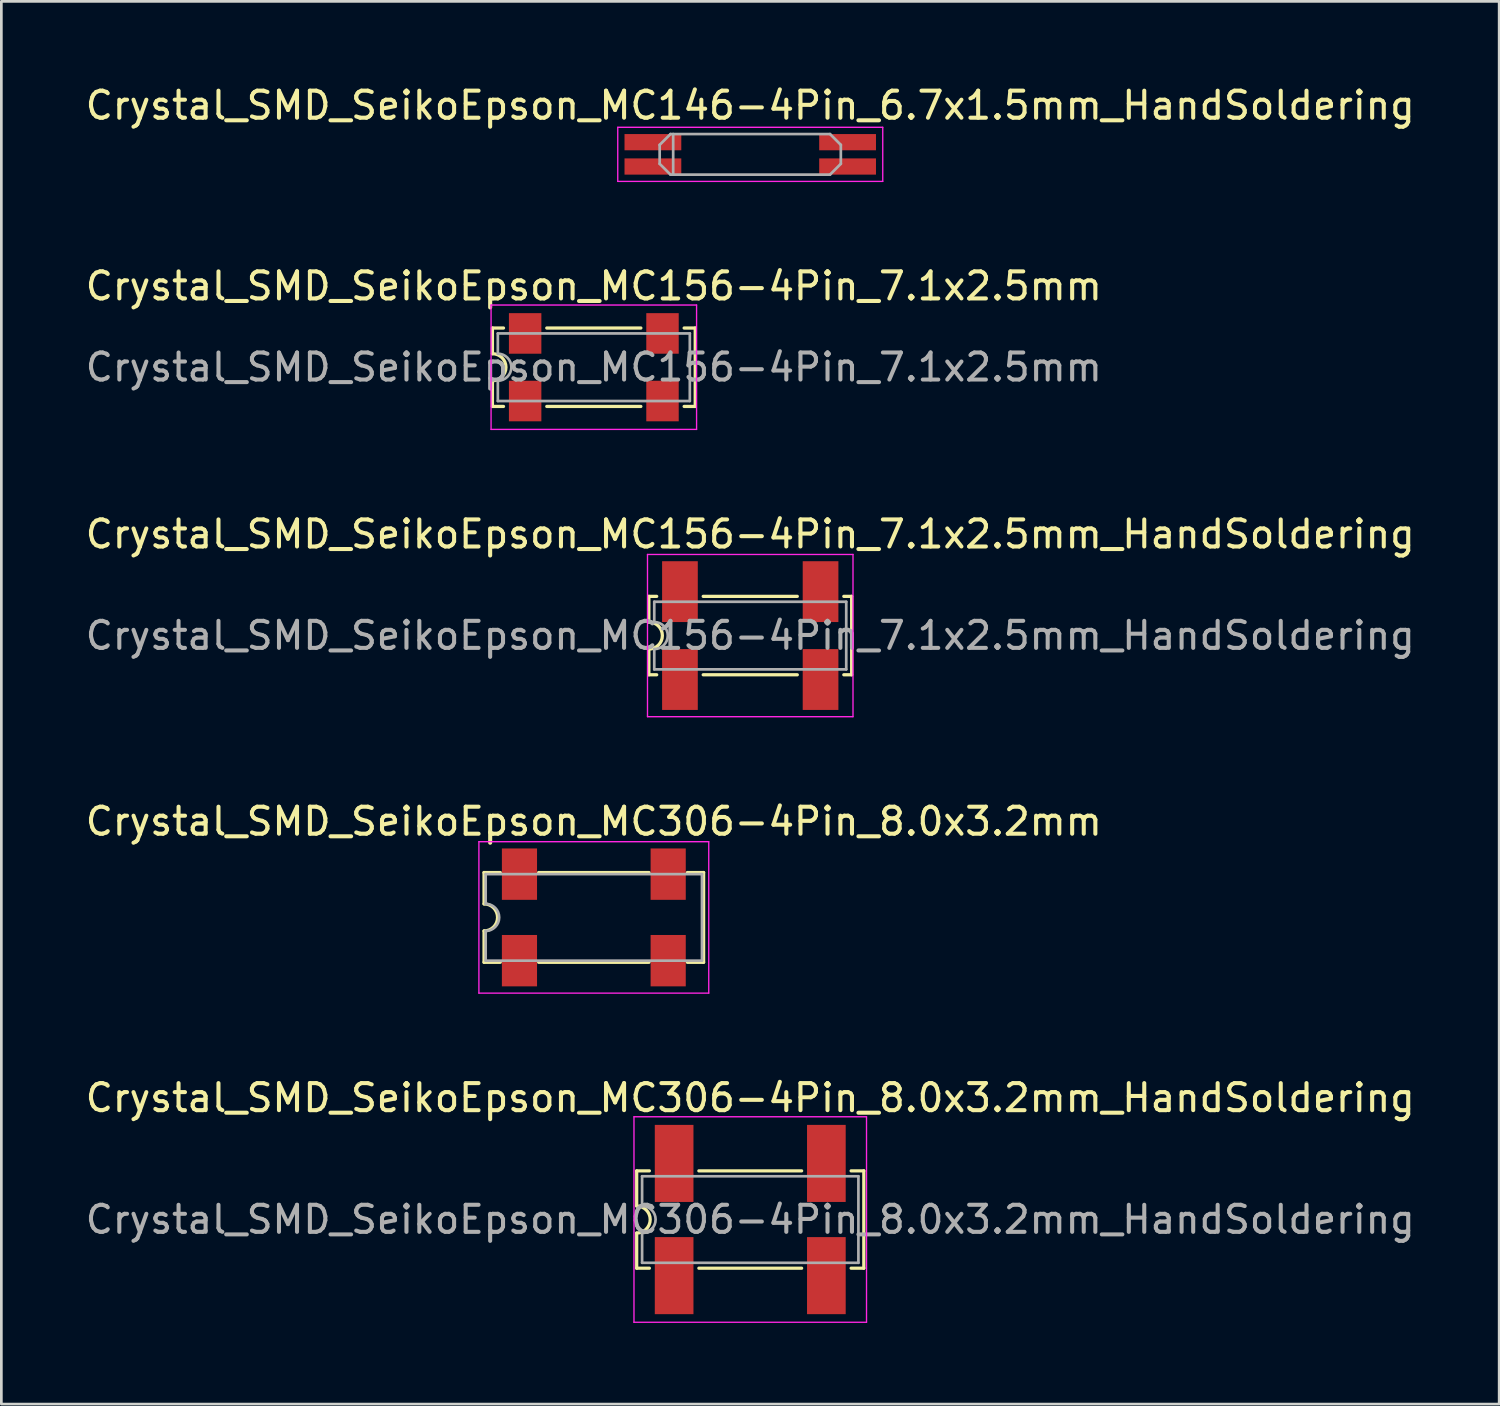
<source format=kicad_pcb>
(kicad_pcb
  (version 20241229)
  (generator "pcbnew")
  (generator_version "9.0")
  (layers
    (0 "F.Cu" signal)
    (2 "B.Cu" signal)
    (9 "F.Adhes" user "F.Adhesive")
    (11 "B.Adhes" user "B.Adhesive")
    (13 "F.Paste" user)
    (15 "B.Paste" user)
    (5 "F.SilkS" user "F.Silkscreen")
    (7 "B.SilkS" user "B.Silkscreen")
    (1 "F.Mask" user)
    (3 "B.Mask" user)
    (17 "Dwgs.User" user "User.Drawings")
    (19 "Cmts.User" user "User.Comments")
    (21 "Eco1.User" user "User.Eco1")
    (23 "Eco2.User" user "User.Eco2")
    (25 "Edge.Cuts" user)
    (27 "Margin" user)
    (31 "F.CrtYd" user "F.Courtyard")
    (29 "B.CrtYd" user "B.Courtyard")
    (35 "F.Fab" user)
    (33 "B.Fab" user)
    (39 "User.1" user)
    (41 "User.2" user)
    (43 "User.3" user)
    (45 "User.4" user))
  (footprint "Crystal_SMD_SeikoEpson_MC306-4Pin_8.0x3.2mm_HandSoldering"
    (layer "F.Cu")
    (at 24.696 42.051)
    (property "Reference" "Crystal_SMD_SeikoEpson_MC306-4Pin_8.0x3.2mm_HandSoldering" (at 0 -4.5 0) (layer "F.SilkS") (effects (font (size 1 1) (thickness 0.15))))
    (attr smd)
    (fp_line (start -4.2 -1.8) (end -3.73 -1.8) (stroke (width 0.12) (type solid)) (layer "F.SilkS"))
    (fp_line (start -4.2 -0.5) (end -4.2 -1.8) (stroke (width 0.12) (type solid)) (layer "F.SilkS"))
    (fp_line (start -4.2 1.8) (end -4.2 0.5) (stroke (width 0.12) (type solid)) (layer "F.SilkS"))
    (fp_line (start -4.2 1.8) (end -3.73 1.8) (stroke (width 0.12) (type solid)) (layer "F.SilkS"))
    (fp_line (start -1.9 -1.8) (end 1.9 -1.8) (stroke (width 0.12) (type solid)) (layer "F.SilkS"))
    (fp_line (start 1.9 1.8) (end -1.9 1.8) (stroke (width 0.12) (type solid)) (layer "F.SilkS"))
    (fp_line (start 3.73 -1.8) (end 4.2 -1.8) (stroke (width 0.12) (type solid)) (layer "F.SilkS"))
    (fp_line (start 4.2 -1.8) (end 4.2 1.8) (stroke (width 0.12) (type solid)) (layer "F.SilkS"))
    (fp_line (start 4.2 1.8) (end 3.73 1.8) (stroke (width 0.12) (type solid)) (layer "F.SilkS"))
    (fp_arc (start -4.2 -0.5) (mid -3.7 0) (end -4.2 0.5) (stroke (width 0.12) (type solid)) (layer "F.SilkS"))
    (fp_line (start -4.3 -3.8) (end -4.3 3.8) (stroke (width 0.05) (type solid)) (layer "F.CrtYd"))
    (fp_line (start -4.3 3.8) (end 4.3 3.8) (stroke (width 0.05) (type solid)) (layer "F.CrtYd"))
    (fp_line (start 4.3 -3.8) (end -4.3 -3.8) (stroke (width 0.05) (type solid)) (layer "F.CrtYd"))
    (fp_line (start 4.3 3.8) (end 4.3 -3.8) (stroke (width 0.05) (type solid)) (layer "F.CrtYd"))
    (fp_line (start -4 -1.6) (end 4 -1.6) (stroke (width 0.1) (type solid)) (layer "F.Fab"))
    (fp_line (start -4 -0.5) (end -4 -1.6) (stroke (width 0.1) (type solid)) (layer "F.Fab"))
    (fp_line (start -4 1.6) (end -4 0.5) (stroke (width 0.1) (type solid)) (layer "F.Fab"))
    (fp_line (start 4 -1.6) (end 4 1.6) (stroke (width 0.1) (type solid)) (layer "F.Fab"))
    (fp_line (start 4 1.6) (end -4 1.6) (stroke (width 0.1) (type solid)) (layer "F.Fab"))
    (fp_arc (start -4 -0.5) (mid -3.5 0) (end -4 0.5) (stroke (width 0.1) (type solid)) (layer "F.Fab"))
    (fp_text user "${REFERENCE}" (at 0 0 0) (layer "F.Fab") (effects (font (size 1 1) (thickness 0.15))))
    (pad "1" smd rect (at -2.815 2.075) (size 1.43 2.85) (layers "F.Cu" "F.Mask" "F.Paste"))
    (pad "2" smd rect (at 2.815 2.075) (size 1.43 2.85) (layers "F.Cu" "F.Mask" "F.Paste"))
    (pad "3" smd rect (at 2.815 -2.075) (size 1.43 2.85) (layers "F.Cu" "F.Mask" "F.Paste"))
    (pad "4" smd rect (at -2.815 -2.075) (size 1.43 2.85) (layers "F.Cu" "F.Mask" "F.Paste")))
  (footprint "Crystal_SMD_SeikoEpson_MC156-4Pin_7.1x2.5mm"
    (layer "F.Cu")
    (at 18.911 10.531)
    (property "Reference" "Crystal_SMD_SeikoEpson_MC156-4Pin_7.1x2.5mm" (at 0 -3 0) (layer "F.SilkS") (effects (font (size 1 1) (thickness 0.15))))
    (attr smd)
    (fp_line (start -3.75 -1.45) (end -3.34 -1.45) (stroke (width 0.12) (type solid)) (layer "F.SilkS"))
    (fp_line (start -3.75 -0.5) (end -3.75 -1.45) (stroke (width 0.12) (type solid)) (layer "F.SilkS"))
    (fp_line (start -3.75 1.45) (end -3.75 0.5) (stroke (width 0.12) (type solid)) (layer "F.SilkS"))
    (fp_line (start -3.75 1.45) (end -3.34 1.45) (stroke (width 0.12) (type solid)) (layer "F.SilkS"))
    (fp_line (start -1.74 -1.45) (end 1.74 -1.45) (stroke (width 0.12) (type solid)) (layer "F.SilkS"))
    (fp_line (start 1.74 1.45) (end -1.74 1.45) (stroke (width 0.12) (type solid)) (layer "F.SilkS"))
    (fp_line (start 3.34 -1.45) (end 3.75 -1.45) (stroke (width 0.12) (type solid)) (layer "F.SilkS"))
    (fp_line (start 3.75 -1.45) (end 3.75 1.45) (stroke (width 0.12) (type solid)) (layer "F.SilkS"))
    (fp_line (start 3.75 1.45) (end 3.34 1.45) (stroke (width 0.12) (type solid)) (layer "F.SilkS"))
    (fp_arc (start -3.75 -0.5) (mid -3.25 0) (end -3.75 0.5) (stroke (width 0.12) (type solid)) (layer "F.SilkS"))
    (fp_line (start -3.8 -2.3) (end -3.8 2.3) (stroke (width 0.05) (type solid)) (layer "F.CrtYd"))
    (fp_line (start -3.8 2.3) (end 3.8 2.3) (stroke (width 0.05) (type solid)) (layer "F.CrtYd"))
    (fp_line (start 3.8 -2.3) (end -3.8 -2.3) (stroke (width 0.05) (type solid)) (layer "F.CrtYd"))
    (fp_line (start 3.8 2.3) (end 3.8 -2.3) (stroke (width 0.05) (type solid)) (layer "F.CrtYd"))
    (fp_line (start -3.55 -1.25) (end 3.55 -1.25) (stroke (width 0.1) (type solid)) (layer "F.Fab"))
    (fp_line (start -3.55 -0.5) (end -3.55 -1.25) (stroke (width 0.1) (type solid)) (layer "F.Fab"))
    (fp_line (start -3.55 1.25) (end -3.55 0.5) (stroke (width 0.1) (type solid)) (layer "F.Fab"))
    (fp_line (start 3.55 -1.25) (end 3.55 1.25) (stroke (width 0.1) (type solid)) (layer "F.Fab"))
    (fp_line (start 3.55 1.25) (end -3.55 1.25) (stroke (width 0.1) (type solid)) (layer "F.Fab"))
    (fp_arc (start -3.55 -0.5) (mid -3.05 0) (end -3.55 0.5) (stroke (width 0.1) (type solid)) (layer "F.Fab"))
    (fp_text user "${REFERENCE}" (at 0 0 0) (layer "F.Fab") (effects (font (size 1 1) (thickness 0.15))))
    (pad "1" smd rect (at -2.54 1.25) (size 1.2 1.5) (layers "F.Cu" "F.Mask" "F.Paste"))
    (pad "2" smd rect (at 2.54 1.25) (size 1.2 1.5) (layers "F.Cu" "F.Mask" "F.Paste"))
    (pad "3" smd rect (at 2.54 -1.25) (size 1.2 1.5) (layers "F.Cu" "F.Mask" "F.Paste"))
    (pad "4" smd rect (at -2.54 -1.25) (size 1.2 1.5) (layers "F.Cu" "F.Mask" "F.Paste")))
  (footprint "Crystal_SMD_SeikoEpson_MC306-4Pin_8.0x3.2mm"
    (layer "F.Cu")
    (at 18.911 30.878)
    (property "Reference" "Crystal_SMD_SeikoEpson_MC306-4Pin_8.0x3.2mm" (at 0 -3.55 0) (layer "F.SilkS") (effects (font (size 1 1) (thickness 0.15))))
    (attr smd)
    (fp_line (start -4.06 -1.66) (end -3.46 -1.66) (stroke (width 0.12) (type solid)) (layer "F.SilkS"))
    (fp_line (start -4.06 -0.5) (end -4.06 -1.66) (stroke (width 0.12) (type solid)) (layer "F.SilkS"))
    (fp_line (start -4.06 1.66) (end -4.06 0.5) (stroke (width 0.12) (type solid)) (layer "F.SilkS"))
    (fp_line (start -4.06 1.66) (end -3.46 1.66) (stroke (width 0.12) (type solid)) (layer "F.SilkS"))
    (fp_line (start -2.04 -1.66) (end 2.04 -1.66) (stroke (width 0.12) (type solid)) (layer "F.SilkS"))
    (fp_line (start 2.04 1.66) (end -2.04 1.66) (stroke (width 0.12) (type solid)) (layer "F.SilkS"))
    (fp_line (start 3.46 -1.66) (end 4.06 -1.66) (stroke (width 0.12) (type solid)) (layer "F.SilkS"))
    (fp_line (start 4.06 -1.66) (end 4.06 1.66) (stroke (width 0.12) (type solid)) (layer "F.SilkS"))
    (fp_line (start 4.06 1.66) (end 3.46 1.66) (stroke (width 0.12) (type solid)) (layer "F.SilkS"))
    (fp_arc (start -4.06 -0.5) (mid -3.56 0) (end -4.06 0.5) (stroke (width 0.12) (type solid)) (layer "F.SilkS"))
    (fp_line (start -4.25 -2.8) (end -4.25 2.8) (stroke (width 0.05) (type solid)) (layer "F.CrtYd"))
    (fp_line (start -4.25 2.8) (end 4.25 2.8) (stroke (width 0.05) (type solid)) (layer "F.CrtYd"))
    (fp_line (start 4.25 -2.8) (end -4.25 -2.8) (stroke (width 0.05) (type solid)) (layer "F.CrtYd"))
    (fp_line (start 4.25 2.8) (end 4.25 -2.8) (stroke (width 0.05) (type solid)) (layer "F.CrtYd"))
    (fp_line (start -4 -1.6) (end 4 -1.6) (stroke (width 0.1) (type solid)) (layer "F.Fab"))
    (fp_line (start -4 -0.5) (end -4 -1.6) (stroke (width 0.1) (type solid)) (layer "F.Fab"))
    (fp_line (start -4 1.6) (end -4 0.5) (stroke (width 0.1) (type solid)) (layer "F.Fab"))
    (fp_line (start 4 -1.6) (end 4 1.6) (stroke (width 0.1) (type solid)) (layer "F.Fab"))
    (fp_line (start 4 1.6) (end -4 1.6) (stroke (width 0.1) (type solid)) (layer "F.Fab"))
    (fp_arc (start -4 -0.5) (mid -3.5 0) (end -4 0.5) (stroke (width 0.1) (type solid)) (layer "F.Fab"))
    (pad "1" smd rect (at -2.75 1.6) (size 1.3 1.9) (layers "F.Cu" "F.Mask"))
    (pad "2" smd rect (at 2.75 1.6) (size 1.3 1.9) (layers "F.Cu" "F.Mask"))
    (pad "3" smd rect (at 2.75 -1.6) (size 1.3 1.9) (layers "F.Cu" "F.Mask"))
    (pad "4" smd rect (at -2.75 -1.6) (size 1.3 1.9) (layers "F.Cu" "F.Mask")))
  (footprint "Crystal_SMD_SeikoEpson_MC146-4Pin_6.7x1.5mm_HandSoldering"
    (layer "F.Cu")
    (at 24.696 2.658)
    (property "Reference" "Crystal_SMD_SeikoEpson_MC146-4Pin_6.7x1.5mm_HandSoldering" (at 0 -1.81 0) (layer "F.SilkS") (effects (font (size 1 1) (thickness 0.15))))
    (attr smd)
    (fp_line (start -4.9 -1) (end -4.9 1) (stroke (width 0.05) (type solid)) (layer "F.CrtYd"))
    (fp_line (start -4.9 1) (end 4.9 1) (stroke (width 0.05) (type solid)) (layer "F.CrtYd"))
    (fp_line (start 4.9 -1) (end -4.9 -1) (stroke (width 0.05) (type solid)) (layer "F.CrtYd"))
    (fp_line (start 4.9 1) (end 4.9 -1) (stroke (width 0.05) (type solid)) (layer "F.CrtYd"))
    (fp_line (start -3.35 -0.35) (end -2.95 -0.75) (stroke (width 0.1) (type solid)) (layer "F.Fab"))
    (fp_line (start -3.35 0.35) (end -3.35 -0.35) (stroke (width 0.1) (type solid)) (layer "F.Fab"))
    (fp_line (start -2.95 -0.75) (end 2.95 -0.75) (stroke (width 0.1) (type solid)) (layer "F.Fab"))
    (fp_line (start -2.95 0.75) (end -3.35 0.35) (stroke (width 0.1) (type solid)) (layer "F.Fab"))
    (fp_line (start -2.85 -0.75) (end -2.85 0.75) (stroke (width 0.1) (type solid)) (layer "F.Fab"))
    (fp_line (start 2.95 -0.75) (end 3.35 -0.35) (stroke (width 0.1) (type solid)) (layer "F.Fab"))
    (fp_line (start 2.95 0.75) (end -2.95 0.75) (stroke (width 0.1) (type solid)) (layer "F.Fab"))
    (fp_line (start 3.35 -0.35) (end 3.35 0.35) (stroke (width 0.1) (type solid)) (layer "F.Fab"))
    (fp_line (start 3.35 0.35) (end 2.95 0.75) (stroke (width 0.1) (type solid)) (layer "F.Fab"))
    (pad "1" smd rect (at -3.6 0.45) (size 2.1 0.6) (layers "F.Cu" "F.Mask"))
    (pad "2" smd rect (at 3.6 0.45) (size 2.1 0.6) (layers "F.Cu" "F.Mask"))
    (pad "3" smd rect (at 3.6 -0.45) (size 2.1 0.6) (layers "F.Cu" "F.Mask"))
    (pad "4" smd rect (at -3.6 -0.45) (size 2.1 0.6) (layers "F.Cu" "F.Mask")))
  (footprint "Crystal_SMD_SeikoEpson_MC156-4Pin_7.1x2.5mm_HandSoldering"
    (layer "F.Cu")
    (at 24.696 20.455)
    (property "Reference" "Crystal_SMD_SeikoEpson_MC156-4Pin_7.1x2.5mm_HandSoldering" (at 0 -3.75 0) (layer "F.SilkS") (effects (font (size 1 1) (thickness 0.15))))
    (attr smd)
    (fp_line (start -3.75 -1.45) (end -3.46 -1.45) (stroke (width 0.12) (type solid)) (layer "F.SilkS"))
    (fp_line (start -3.75 -0.5) (end -3.75 -1.45) (stroke (width 0.12) (type solid)) (layer "F.SilkS"))
    (fp_line (start -3.75 1.45) (end -3.75 0.5) (stroke (width 0.12) (type solid)) (layer "F.SilkS"))
    (fp_line (start -3.75 1.45) (end -3.46 1.45) (stroke (width 0.12) (type solid)) (layer "F.SilkS"))
    (fp_line (start -1.74 -1.45) (end 1.74 -1.45) (stroke (width 0.12) (type solid)) (layer "F.SilkS"))
    (fp_line (start 1.74 1.45) (end -1.74 1.45) (stroke (width 0.12) (type solid)) (layer "F.SilkS"))
    (fp_line (start 3.46 -1.45) (end 3.75 -1.45) (stroke (width 0.12) (type solid)) (layer "F.SilkS"))
    (fp_line (start 3.75 -1.45) (end 3.75 1.45) (stroke (width 0.12) (type solid)) (layer "F.SilkS"))
    (fp_line (start 3.75 1.45) (end 3.46 1.45) (stroke (width 0.12) (type solid)) (layer "F.SilkS"))
    (fp_arc (start -3.75 -0.5) (mid -3.25 0) (end -3.75 0.5) (stroke (width 0.12) (type solid)) (layer "F.SilkS"))
    (fp_line (start -3.8 -3) (end -3.8 3) (stroke (width 0.05) (type solid)) (layer "F.CrtYd"))
    (fp_line (start -3.8 3) (end 3.8 3) (stroke (width 0.05) (type solid)) (layer "F.CrtYd"))
    (fp_line (start 3.8 -3) (end -3.8 -3) (stroke (width 0.05) (type solid)) (layer "F.CrtYd"))
    (fp_line (start 3.8 3) (end 3.8 -3) (stroke (width 0.05) (type solid)) (layer "F.CrtYd"))
    (fp_line (start -3.55 -1.25) (end 3.55 -1.25) (stroke (width 0.1) (type solid)) (layer "F.Fab"))
    (fp_line (start -3.55 -0.5) (end -3.55 -1.25) (stroke (width 0.1) (type solid)) (layer "F.Fab"))
    (fp_line (start -3.55 1.25) (end -3.55 0.5) (stroke (width 0.1) (type solid)) (layer "F.Fab"))
    (fp_line (start 3.55 -1.25) (end 3.55 1.25) (stroke (width 0.1) (type solid)) (layer "F.Fab"))
    (fp_line (start 3.55 1.25) (end -3.55 1.25) (stroke (width 0.1) (type solid)) (layer "F.Fab"))
    (fp_arc (start -3.55 -0.5) (mid -3.05 0) (end -3.55 0.5) (stroke (width 0.1) (type solid)) (layer "F.Fab"))
    (fp_text user "${REFERENCE}" (at 0 0 0) (layer "F.Fab") (effects (font (size 1 1) (thickness 0.15))))
    (pad "1" smd rect (at -2.6 1.625) (size 1.32 2.25) (layers "F.Cu" "F.Mask" "F.Paste"))
    (pad "2" smd rect (at 2.6 1.625) (size 1.32 2.25) (layers "F.Cu" "F.Mask" "F.Paste"))
    (pad "3" smd rect (at 2.6 -1.625) (size 1.32 2.25) (layers "F.Cu" "F.Mask" "F.Paste"))
    (pad "4" smd rect (at -2.6 -1.625) (size 1.32 2.25) (layers "F.Cu" "F.Mask" "F.Paste")))
  (gr_rect
    (start -3 -3)
    (end 52.393 48.876)
    (stroke (width 0.1) (type default))
    (fill no)
    (layer "Edge.Cuts")))
</source>
